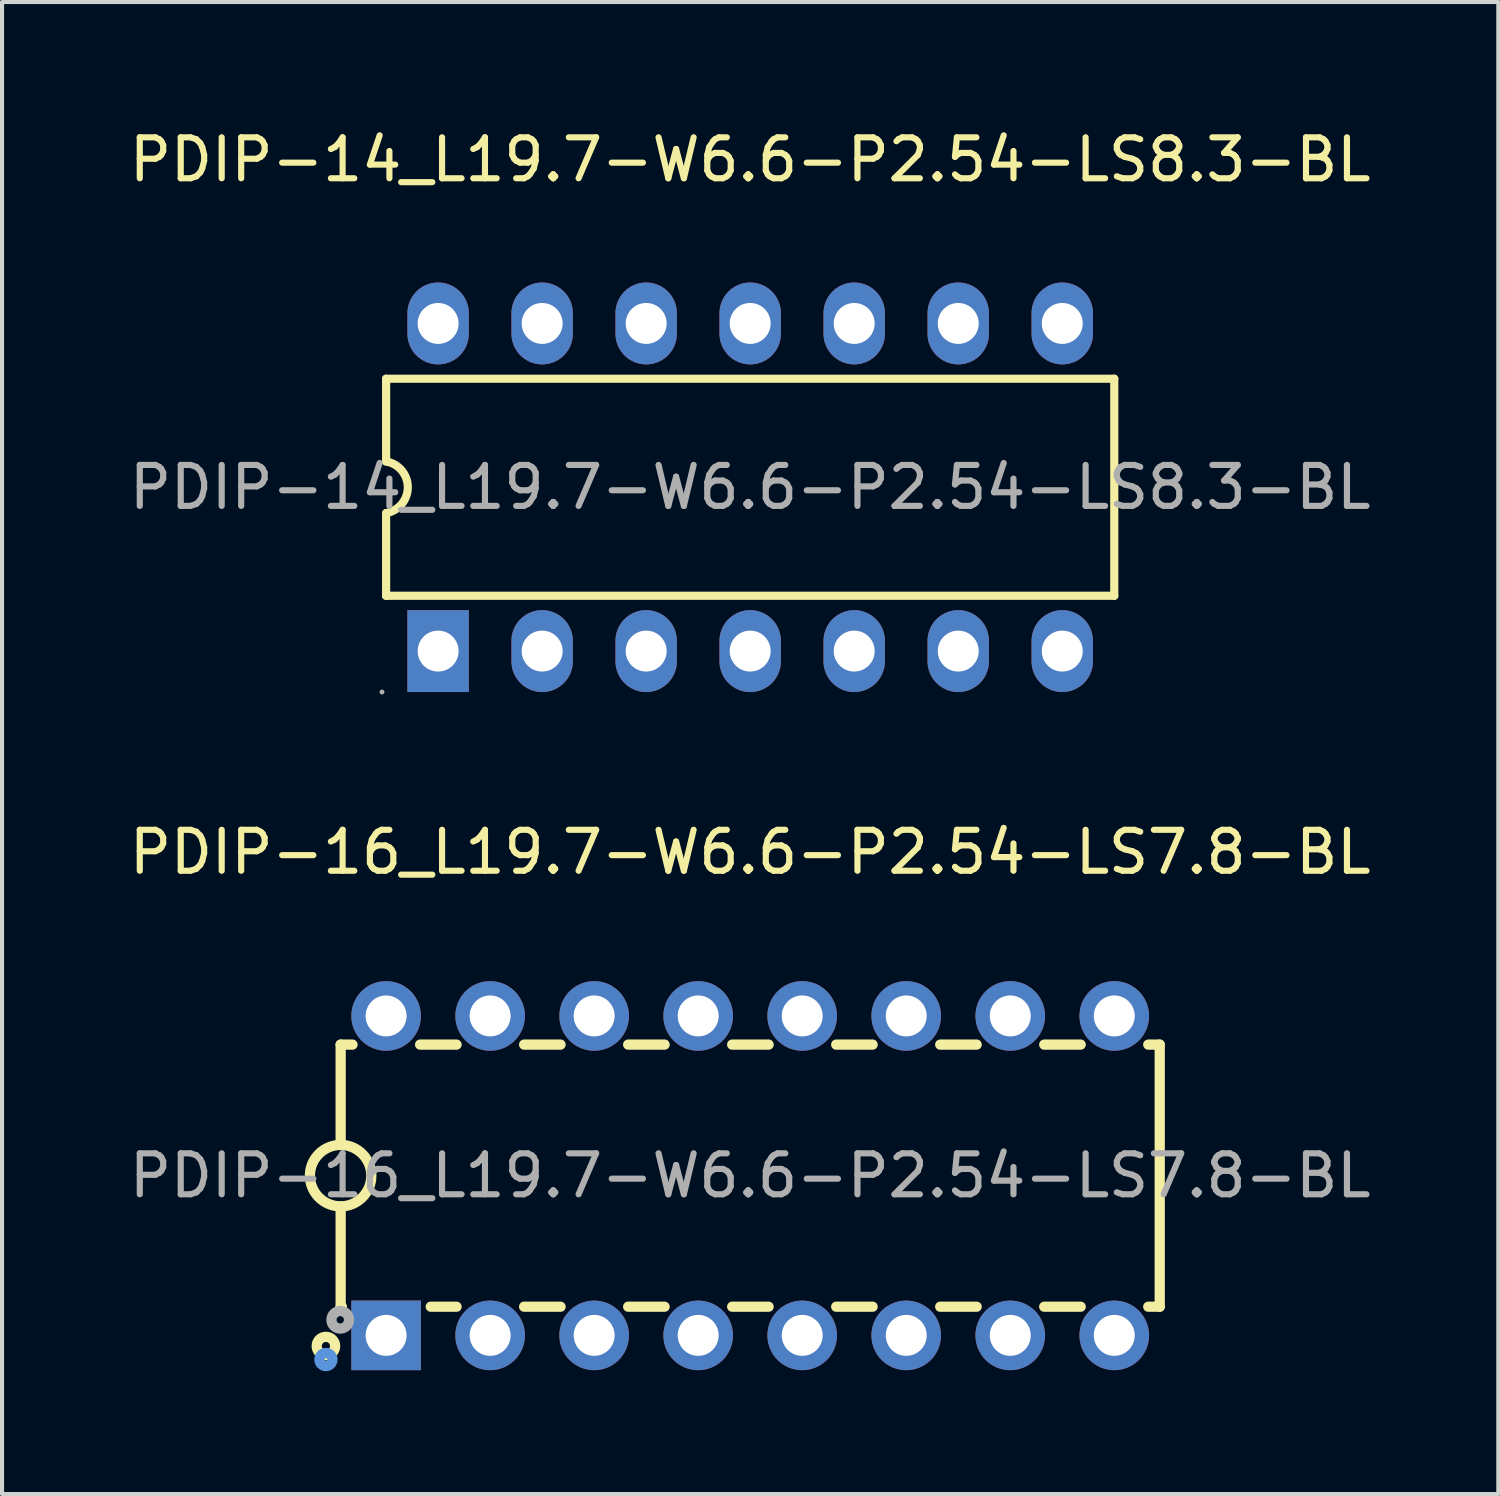
<source format=kicad_pcb>
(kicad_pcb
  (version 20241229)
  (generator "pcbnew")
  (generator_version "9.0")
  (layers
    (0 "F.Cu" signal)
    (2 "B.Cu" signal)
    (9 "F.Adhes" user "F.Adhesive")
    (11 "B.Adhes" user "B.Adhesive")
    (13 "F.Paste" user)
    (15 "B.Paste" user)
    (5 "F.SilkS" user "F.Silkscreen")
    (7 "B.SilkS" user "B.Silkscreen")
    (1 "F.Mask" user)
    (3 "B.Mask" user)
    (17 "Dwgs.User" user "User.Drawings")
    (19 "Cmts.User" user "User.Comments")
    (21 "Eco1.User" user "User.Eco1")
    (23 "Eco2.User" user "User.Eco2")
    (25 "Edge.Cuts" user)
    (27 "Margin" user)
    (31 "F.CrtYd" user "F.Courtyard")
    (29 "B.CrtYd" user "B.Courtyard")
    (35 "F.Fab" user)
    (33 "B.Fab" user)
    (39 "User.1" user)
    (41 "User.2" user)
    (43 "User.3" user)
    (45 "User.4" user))
  (footprint "PDIP-16_L19.7-W6.6-P2.54-LS7.8-BL"
    (layer "F.Cu")
    (at 15.268 25.657)
    (property "Reference" "PDIP-16_L19.7-W6.6-P2.54-LS7.8-BL" (at 0 -7.9 0) (layer "F.SilkS") (effects (font (size 1 1) (thickness 0.15))))
    (attr through_hole)
    (fp_line (start -10 -3.2) (end -10 -0.75) (stroke (width 0.25) (type solid)) (layer "F.SilkS"))
    (fp_line (start -10 -3.2) (end -9.71 -3.2) (stroke (width 0.25) (type solid)) (layer "F.SilkS"))
    (fp_line (start -10 3.2) (end -10 0.75) (stroke (width 0.25) (type solid)) (layer "F.SilkS"))
    (fp_line (start -10 3.2) (end -9.97 3.2) (stroke (width 0.25) (type solid)) (layer "F.SilkS"))
    (fp_line (start -8.06 -3.2) (end -7.17 -3.2) (stroke (width 0.25) (type solid)) (layer "F.SilkS"))
    (fp_line (start -7.8 3.2) (end -7.17 3.2) (stroke (width 0.25) (type solid)) (layer "F.SilkS"))
    (fp_line (start -5.52 -3.2) (end -4.63 -3.2) (stroke (width 0.25) (type solid)) (layer "F.SilkS"))
    (fp_line (start -5.52 3.2) (end -4.63 3.2) (stroke (width 0.25) (type solid)) (layer "F.SilkS"))
    (fp_line (start -2.98 -3.2) (end -2.09 -3.2) (stroke (width 0.25) (type solid)) (layer "F.SilkS"))
    (fp_line (start -2.98 3.2) (end -2.09 3.2) (stroke (width 0.25) (type solid)) (layer "F.SilkS"))
    (fp_line (start -0.44 -3.2) (end 0.45 -3.2) (stroke (width 0.25) (type solid)) (layer "F.SilkS"))
    (fp_line (start -0.44 3.2) (end 0.45 3.2) (stroke (width 0.25) (type solid)) (layer "F.SilkS"))
    (fp_line (start 2.1 -3.2) (end 2.99 -3.2) (stroke (width 0.25) (type solid)) (layer "F.SilkS"))
    (fp_line (start 2.1 3.2) (end 2.99 3.2) (stroke (width 0.25) (type solid)) (layer "F.SilkS"))
    (fp_line (start 4.64 -3.2) (end 5.53 -3.2) (stroke (width 0.25) (type solid)) (layer "F.SilkS"))
    (fp_line (start 4.64 3.2) (end 5.53 3.2) (stroke (width 0.25) (type solid)) (layer "F.SilkS"))
    (fp_line (start 7.18 -3.2) (end 8.07 -3.2) (stroke (width 0.25) (type solid)) (layer "F.SilkS"))
    (fp_line (start 7.18 3.2) (end 8.07 3.2) (stroke (width 0.25) (type solid)) (layer "F.SilkS"))
    (fp_line (start 9.72 -3.2) (end 10 -3.2) (stroke (width 0.25) (type solid)) (layer "F.SilkS"))
    (fp_line (start 9.72 3.2) (end 10 3.2) (stroke (width 0.25) (type solid)) (layer "F.SilkS"))
    (fp_line (start 10 -3.2) (end 10 3.2) (stroke (width 0.25) (type solid)) (layer "F.SilkS"))
    (fp_arc (start -10.013089 0.749886) (mid -9.993455 -0.749972) (end -10 0.75) (stroke (width 0.25) (type solid)) (layer "F.SilkS"))
    (fp_circle (center -10.36 4.16) (end -10.26 4.16) (stroke (width 0.25) (type solid)) (fill no) (layer "F.SilkS"))
    (fp_circle (center -10.36 4.49) (end -10.2 4.49) (stroke (width 0.25) (type solid)) (fill no) (layer "Cmts.User"))
    (fp_circle (center -10.01 3.52) (end -9.92 3.52) (stroke (width 0.25) (type solid)) (fill no) (layer "F.Fab"))
    (fp_text user "${REFERENCE}" (at 0 0 0) (layer "F.Fab") (effects (font (size 1 1) (thickness 0.15))))
    (pad "1" thru_hole rect (at -8.89 3.9 90) (size 1.7 1.7) (drill 1) (layers "*.Cu" "*.Paste" "*.Mask"))
    (pad "2" thru_hole circle (at -6.35 3.9 90) (size 1.7 1.7) (drill 1) (layers "*.Cu" "*.Paste" "*.Mask"))
    (pad "3" thru_hole circle (at -3.81 3.9 90) (size 1.7 1.7) (drill 1) (layers "*.Cu" "*.Paste" "*.Mask"))
    (pad "4" thru_hole circle (at -1.27 3.9 90) (size 1.7 1.7) (drill 1) (layers "*.Cu" "*.Paste" "*.Mask"))
    (pad "5" thru_hole circle (at 1.27 3.9 90) (size 1.7 1.7) (drill 1) (layers "*.Cu" "*.Paste" "*.Mask"))
    (pad "6" thru_hole circle (at 3.81 3.9 90) (size 1.7 1.7) (drill 1) (layers "*.Cu" "*.Paste" "*.Mask"))
    (pad "7" thru_hole circle (at 6.35 3.9 90) (size 1.7 1.7) (drill 1) (layers "*.Cu" "*.Paste" "*.Mask"))
    (pad "8" thru_hole circle (at 8.89 3.9 90) (size 1.7 1.7) (drill 1) (layers "*.Cu" "*.Paste" "*.Mask"))
    (pad "9" thru_hole circle (at 8.89 -3.9 90) (size 1.7 1.7) (drill 1) (layers "*.Cu" "*.Paste" "*.Mask"))
    (pad "10" thru_hole circle (at 6.35 -3.9 90) (size 1.7 1.7) (drill 1) (layers "*.Cu" "*.Paste" "*.Mask"))
    (pad "11" thru_hole circle (at 3.81 -3.9 90) (size 1.7 1.7) (drill 1) (layers "*.Cu" "*.Paste" "*.Mask"))
    (pad "12" thru_hole circle (at 1.27 -3.9 90) (size 1.7 1.7) (drill 1) (layers "*.Cu" "*.Paste" "*.Mask"))
    (pad "13" thru_hole circle (at -1.27 -3.9 90) (size 1.7 1.7) (drill 1) (layers "*.Cu" "*.Paste" "*.Mask"))
    (pad "14" thru_hole circle (at -3.81 -3.9 90) (size 1.7 1.7) (drill 1) (layers "*.Cu" "*.Paste" "*.Mask"))
    (pad "15" thru_hole circle (at -6.35 -3.9 90) (size 1.7 1.7) (drill 1) (layers "*.Cu" "*.Paste" "*.Mask"))
    (pad "16" thru_hole circle (at -8.89 -3.9 90) (size 1.7 1.7) (drill 1) (layers "*.Cu" "*.Paste" "*.Mask")))
  (footprint "PDIP-14_L19.7-W6.6-P2.54-LS8.3-BL"
    (layer "F.Cu")
    (at 15.268 8.848)
    (property "Reference" "PDIP-14_L19.7-W6.6-P2.54-LS8.3-BL" (at 0 -8 0) (layer "F.SilkS") (effects (font (size 1 1) (thickness 0.15))))
    (attr through_hole)
    (fp_line (start -8.89 -2.65) (end -8.89 -0.63) (stroke (width 0.2) (type solid)) (layer "F.SilkS"))
    (fp_line (start -8.89 0.63) (end -8.89 2.65) (stroke (width 0.2) (type solid)) (layer "F.SilkS"))
    (fp_line (start -8.89 2.65) (end 8.89 2.65) (stroke (width 0.2) (type solid)) (layer "F.SilkS"))
    (fp_line (start 8.89 -2.65) (end -8.89 -2.65) (stroke (width 0.2) (type solid)) (layer "F.SilkS"))
    (fp_line (start 8.89 2.65) (end 8.89 -2.65) (stroke (width 0.2) (type solid)) (layer "F.SilkS"))
    (fp_arc (start -8.89 -0.63) (mid -8.360474 -0.002632) (end -8.884818 0.629073) (stroke (width 0.2) (type solid)) (layer "F.SilkS"))
    (fp_circle (center -8.99 5) (end -8.96 5) (stroke (width 0.06) (type solid)) (fill no) (layer "F.Fab"))
    (fp_circle (center -7.62 -4) (end -7.42 -4) (stroke (width 0.4) (type solid)) (fill no) (layer "F.Fab"))
    (fp_circle (center -7.62 4) (end -7.42 4) (stroke (width 0.4) (type solid)) (fill no) (layer "F.Fab"))
    (fp_circle (center -5.08 -4) (end -4.88 -4) (stroke (width 0.4) (type solid)) (fill no) (layer "F.Fab"))
    (fp_circle (center -5.08 4) (end -4.88 4) (stroke (width 0.4) (type solid)) (fill no) (layer "F.Fab"))
    (fp_circle (center -2.54 -4) (end -2.34 -4) (stroke (width 0.4) (type solid)) (fill no) (layer "F.Fab"))
    (fp_circle (center -2.54 4) (end -2.34 4) (stroke (width 0.4) (type solid)) (fill no) (layer "F.Fab"))
    (fp_circle (center 0 -4) (end 0.2 -4) (stroke (width 0.4) (type solid)) (fill no) (layer "F.Fab"))
    (fp_circle (center 0 4) (end 0.2 4) (stroke (width 0.4) (type solid)) (fill no) (layer "F.Fab"))
    (fp_circle (center 2.54 -4) (end 2.74 -4) (stroke (width 0.4) (type solid)) (fill no) (layer "F.Fab"))
    (fp_circle (center 2.54 4) (end 2.74 4) (stroke (width 0.4) (type solid)) (fill no) (layer "F.Fab"))
    (fp_circle (center 5.08 -4) (end 5.28 -4) (stroke (width 0.4) (type solid)) (fill no) (layer "F.Fab"))
    (fp_circle (center 5.08 4) (end 5.28 4) (stroke (width 0.4) (type solid)) (fill no) (layer "F.Fab"))
    (fp_circle (center 7.62 -4) (end 7.82 -4) (stroke (width 0.4) (type solid)) (fill no) (layer "F.Fab"))
    (fp_circle (center 7.62 4) (end 7.82 4) (stroke (width 0.4) (type solid)) (fill no) (layer "F.Fab"))
    (fp_text user "${REFERENCE}" (at 0 0 0) (layer "F.Fab") (effects (font (size 1 1) (thickness 0.15))))
    (pad "1" thru_hole rect (at -7.62 4 90) (size 2 1.5) (drill 1) (layers "*.Cu" "*.Paste" "*.Mask"))
    (pad "2" thru_hole oval (at -5.08 4 90) (size 2 1.5) (drill 1) (layers "*.Cu" "*.Paste" "*.Mask"))
    (pad "3" thru_hole oval (at -2.54 4 90) (size 2 1.5) (drill 1) (layers "*.Cu" "*.Paste" "*.Mask"))
    (pad "4" thru_hole oval (at 0 4 90) (size 2 1.5) (drill 1) (layers "*.Cu" "*.Paste" "*.Mask"))
    (pad "5" thru_hole oval (at 2.54 4 90) (size 2 1.5) (drill 1) (layers "*.Cu" "*.Paste" "*.Mask"))
    (pad "6" thru_hole oval (at 5.08 4 90) (size 2 1.5) (drill 1) (layers "*.Cu" "*.Paste" "*.Mask"))
    (pad "7" thru_hole oval (at 7.62 4 90) (size 2 1.5) (drill 1) (layers "*.Cu" "*.Paste" "*.Mask"))
    (pad "8" thru_hole oval (at 7.62 -4 90) (size 2 1.5) (drill 1) (layers "*.Cu" "*.Paste" "*.Mask"))
    (pad "9" thru_hole oval (at 5.08 -4 90) (size 2 1.5) (drill 1) (layers "*.Cu" "*.Paste" "*.Mask"))
    (pad "10" thru_hole oval (at 2.54 -4 90) (size 2 1.5) (drill 1) (layers "*.Cu" "*.Paste" "*.Mask"))
    (pad "11" thru_hole oval (at 0 -4 90) (size 2 1.5) (drill 1) (layers "*.Cu" "*.Paste" "*.Mask"))
    (pad "12" thru_hole oval (at -2.54 -4 90) (size 2 1.5) (drill 1) (layers "*.Cu" "*.Paste" "*.Mask"))
    (pad "13" thru_hole oval (at -5.08 -4 90) (size 2 1.5) (drill 1) (layers "*.Cu" "*.Paste" "*.Mask"))
    (pad "14" thru_hole oval (at -7.62 -4 90) (size 2 1.5) (drill 1) (layers "*.Cu" "*.Paste" "*.Mask")))
  (gr_rect
    (start -3 -3)
    (end 33.536 33.431)
    (stroke (width 0.1) (type default))
    (fill no)
    (layer "Edge.Cuts")))
</source>
